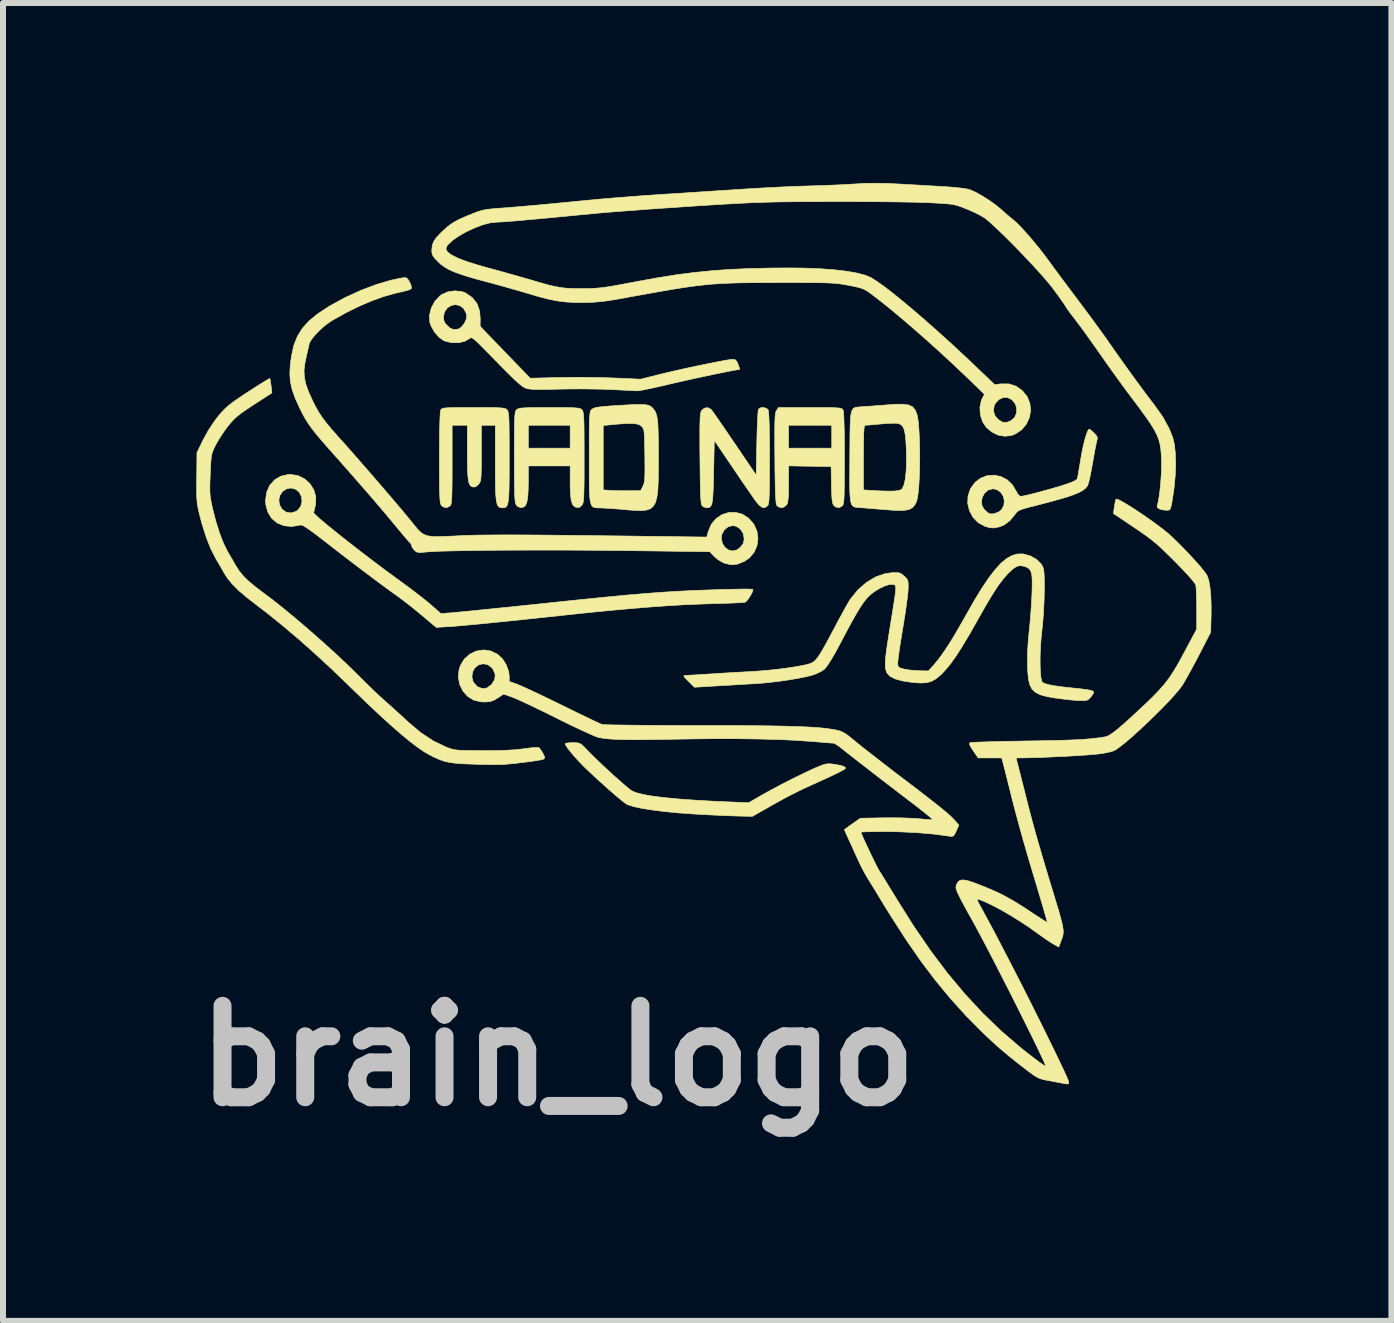
<source format=kicad_pcb>
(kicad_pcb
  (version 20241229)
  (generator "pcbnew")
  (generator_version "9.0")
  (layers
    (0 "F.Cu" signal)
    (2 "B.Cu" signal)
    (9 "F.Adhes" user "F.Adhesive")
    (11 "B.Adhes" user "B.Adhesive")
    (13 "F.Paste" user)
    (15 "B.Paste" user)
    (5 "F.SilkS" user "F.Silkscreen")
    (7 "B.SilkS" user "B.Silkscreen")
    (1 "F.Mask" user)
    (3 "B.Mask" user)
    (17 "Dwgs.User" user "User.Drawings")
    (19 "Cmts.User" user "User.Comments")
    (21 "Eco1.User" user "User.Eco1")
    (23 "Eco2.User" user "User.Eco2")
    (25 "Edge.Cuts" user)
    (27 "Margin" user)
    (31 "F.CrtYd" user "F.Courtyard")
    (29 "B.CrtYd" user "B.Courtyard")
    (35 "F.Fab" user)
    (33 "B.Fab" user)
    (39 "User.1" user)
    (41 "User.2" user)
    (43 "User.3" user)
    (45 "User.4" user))
  (footprint "brain_logo"
    (layer "F.Cu")
    (at 8.573 7.279)
    (property "Reference" "brain_logo" (at -2.325 7.275 0) (layer "Dwgs.User") (effects (font (size 1.524 1.524) (thickness 0.3))))
    (attr through_hole)
    (fp_poly (pts (xy 2.047 -3.535) (xy 2.173 -3.534) (xy 2.267 -3.532) (xy 2.334 -3.529) (xy 2.378 -3.525) (xy 2.406 -3.518) (xy 2.423 -3.508) (xy 2.432 -3.496) (xy 2.433 -3.494) (xy 2.44 -3.46) (xy 2.445 -3.386) (xy 2.449 -3.274) (xy 2.453 -3.125) (xy 2.455 -2.941) (xy 2.455 -2.724) (xy 2.455 -2.691) (xy 2.455 -2.488) (xy 2.454 -2.324) (xy 2.453 -2.193) (xy 2.451 -2.093) (xy 2.448 -2.018) (xy 2.443 -1.965) (xy 2.438 -1.93) (xy 2.43 -1.908) (xy 2.422 -1.896) (xy 2.367 -1.865) (xy 2.31 -1.876) (xy 2.279 -1.901) (xy 2.265 -1.924) (xy 2.255 -1.963) (xy 2.247 -2.023) (xy 2.243 -2.112) (xy 2.239 -2.236) (xy 2.239 -2.245) (xy 2.233 -2.551) (xy 1.879 -2.556) (xy 1.524 -2.562) (xy 1.524 -2.259) (xy 1.523 -2.132) (xy 1.52 -2.039) (xy 1.513 -1.976) (xy 1.503 -1.934) (xy 1.491 -1.91) (xy 1.443 -1.872) (xy 1.386 -1.866) (xy 1.335 -1.893) (xy 1.331 -1.898) (xy 1.323 -1.915) (xy 1.316 -1.949) (xy 1.311 -2.003) (xy 1.306 -2.082) (xy 1.303 -2.188) (xy 1.3 -2.325) (xy 1.297 -2.498) (xy 1.296 -2.683) (xy 1.294 -2.885) (xy 1.294 -3.049) (xy 1.294 -3.179) (xy 1.295 -3.239) (xy 1.524 -3.239) (xy 1.524 -2.857) (xy 2.244 -2.857) (xy 2.244 -3.239) (xy 1.524 -3.239) (xy 1.295 -3.239) (xy 1.296 -3.279) (xy 1.298 -3.354) (xy 1.302 -3.408) (xy 1.308 -3.446) (xy 1.315 -3.471) (xy 1.323 -3.484) (xy 1.356 -3.535) (xy 1.884 -3.535) (xy 2.047 -3.535)) (stroke (width 0.01) (type solid)) (fill yes) (layer "F.SilkS"))
    (fp_poly (pts (xy 1.162 -3.517) (xy 1.185 -3.494) (xy 1.191 -3.46) (xy 1.196 -3.386) (xy 1.201 -3.274) (xy 1.204 -3.125) (xy 1.206 -2.941) (xy 1.206 -2.724) (xy 1.206 -2.691) (xy 1.206 -2.488) (xy 1.206 -2.324) (xy 1.204 -2.193) (xy 1.202 -2.093) (xy 1.199 -2.018) (xy 1.195 -1.965) (xy 1.189 -1.93) (xy 1.182 -1.908) (xy 1.173 -1.896) (xy 1.128 -1.866) (xy 1.081 -1.871) (xy 1.028 -1.913) (xy 0.978 -1.974) (xy 0.944 -2.022) (xy 0.89 -2.1) (xy 0.821 -2.2) (xy 0.741 -2.316) (xy 0.656 -2.442) (xy 0.591 -2.537) (xy 0.286 -2.988) (xy 0.275 -2.46) (xy 0.271 -2.286) (xy 0.267 -2.149) (xy 0.261 -2.045) (xy 0.253 -1.969) (xy 0.241 -1.918) (xy 0.226 -1.887) (xy 0.205 -1.87) (xy 0.179 -1.863) (xy 0.159 -1.863) (xy 0.107 -1.877) (xy 0.082 -1.898) (xy 0.074 -1.915) (xy 0.067 -1.949) (xy 0.062 -2.003) (xy 0.057 -2.082) (xy 0.054 -2.188) (xy 0.051 -2.325) (xy 0.049 -2.498) (xy 0.047 -2.683) (xy 0.045 -2.885) (xy 0.045 -3.049) (xy 0.045 -3.179) (xy 0.047 -3.279) (xy 0.049 -3.354) (xy 0.054 -3.408) (xy 0.059 -3.446) (xy 0.067 -3.471) (xy 0.074 -3.484) (xy 0.122 -3.525) (xy 0.179 -3.532) (xy 0.233 -3.503) (xy 0.237 -3.498) (xy 0.257 -3.471) (xy 0.297 -3.415) (xy 0.354 -3.332) (xy 0.426 -3.229) (xy 0.508 -3.109) (xy 0.597 -2.977) (xy 0.627 -2.934) (xy 0.984 -2.408) (xy 0.995 -2.945) (xy 0.998 -3.092) (xy 1.003 -3.226) (xy 1.008 -3.341) (xy 1.013 -3.431) (xy 1.018 -3.488) (xy 1.023 -3.508) (xy 1.059 -3.531) (xy 1.112 -3.534) (xy 1.162 -3.517)) (stroke (width 0.01) (type solid)) (fill yes) (layer "F.SilkS"))
    (fp_poly (pts (xy -2.301 -3.535) (xy -2.178 -3.534) (xy -2.086 -3.532) (xy -2.02 -3.528) (xy -1.975 -3.523) (xy -1.947 -3.515) (xy -1.928 -3.505) (xy -1.919 -3.496) (xy -1.91 -3.482) (xy -1.902 -3.46) (xy -1.896 -3.426) (xy -1.892 -3.375) (xy -1.888 -3.304) (xy -1.886 -3.208) (xy -1.885 -3.082) (xy -1.884 -2.924) (xy -1.884 -2.727) (xy -1.884 -2.705) (xy -1.884 -2.505) (xy -1.884 -2.344) (xy -1.886 -2.216) (xy -1.888 -2.117) (xy -1.891 -2.044) (xy -1.895 -1.991) (xy -1.9 -1.954) (xy -1.908 -1.929) (xy -1.917 -1.912) (xy -1.923 -1.904) (xy -1.964 -1.87) (xy -2.014 -1.87) (xy -2.016 -1.87) (xy -2.053 -1.888) (xy -2.08 -1.924) (xy -2.099 -1.983) (xy -2.11 -2.071) (xy -2.116 -2.193) (xy -2.117 -2.289) (xy -2.117 -2.561) (xy -2.815 -2.561) (xy -2.815 -2.287) (xy -2.818 -2.139) (xy -2.826 -2.028) (xy -2.841 -1.95) (xy -2.863 -1.901) (xy -2.885 -1.879) (xy -2.943 -1.864) (xy -2.996 -1.888) (xy -3.015 -1.91) (xy -3.024 -1.927) (xy -3.031 -1.955) (xy -3.037 -1.996) (xy -3.041 -2.056) (xy -3.044 -2.138) (xy -3.046 -2.247) (xy -3.047 -2.387) (xy -3.048 -2.562) (xy -3.048 -2.711) (xy -3.048 -2.91) (xy -3.047 -3.071) (xy -3.046 -3.199) (xy -3.046 -3.239) (xy -2.815 -3.239) (xy -2.815 -2.857) (xy -2.117 -2.857) (xy -2.117 -3.239) (xy -2.815 -3.239) (xy -3.046 -3.239) (xy -3.044 -3.297) (xy -3.042 -3.369) (xy -3.037 -3.421) (xy -3.032 -3.456) (xy -3.025 -3.479) (xy -3.016 -3.493) (xy -3.009 -3.5) (xy -2.992 -3.511) (xy -2.966 -3.52) (xy -2.925 -3.526) (xy -2.865 -3.53) (xy -2.779 -3.533) (xy -2.663 -3.534) (xy -2.511 -3.535) (xy -2.462 -3.535) (xy -2.301 -3.535)) (stroke (width 0.01) (type solid)) (fill yes) (layer "F.SilkS"))
    (fp_poly (pts (xy -2.011 2.054) (xy -1.967 2.062) (xy -1.929 2.082) (xy -1.886 2.122) (xy -1.837 2.173) (xy -1.772 2.24) (xy -1.687 2.323) (xy -1.59 2.416) (xy -1.486 2.513) (xy -1.382 2.608) (xy -1.284 2.695) (xy -1.199 2.77) (xy -1.132 2.825) (xy -1.096 2.852) (xy -1.024 2.885) (xy -0.91 2.915) (xy -0.753 2.943) (xy -0.555 2.968) (xy -0.315 2.991) (xy -0.032 3.012) (xy 0.293 3.03) (xy 0.52 3.04) (xy 0.86 3.054) (xy 1.081 2.926) (xy 1.232 2.842) (xy 1.403 2.751) (xy 1.581 2.66) (xy 1.754 2.575) (xy 1.91 2.501) (xy 1.994 2.464) (xy 2.078 2.43) (xy 2.138 2.411) (xy 2.19 2.404) (xy 2.248 2.408) (xy 2.279 2.413) (xy 2.379 2.43) (xy 2.44 2.447) (xy 2.469 2.466) (xy 2.47 2.484) (xy 2.449 2.5) (xy 2.396 2.53) (xy 2.315 2.57) (xy 2.214 2.619) (xy 2.099 2.672) (xy 2.083 2.679) (xy 1.919 2.753) (xy 1.784 2.815) (xy 1.67 2.87) (xy 1.566 2.922) (xy 1.463 2.976) (xy 1.352 3.037) (xy 1.224 3.109) (xy 1.186 3.131) (xy 0.921 3.281) (xy 0.752 3.278) (xy 0.672 3.276) (xy 0.561 3.272) (xy 0.431 3.267) (xy 0.294 3.261) (xy 0.212 3.257) (xy -0.058 3.242) (xy -0.308 3.224) (xy -0.536 3.202) (xy -0.736 3.177) (xy -0.907 3.151) (xy -1.044 3.122) (xy -1.144 3.092) (xy -1.169 3.081) (xy -1.207 3.056) (xy -1.269 3.007) (xy -1.351 2.939) (xy -1.447 2.856) (xy -1.552 2.763) (xy -1.659 2.666) (xy -1.764 2.569) (xy -1.861 2.477) (xy -1.918 2.42) (xy -1.987 2.348) (xy -2.056 2.271) (xy -2.118 2.197) (xy -2.166 2.134) (xy -2.195 2.088) (xy -2.201 2.072) (xy -2.182 2.062) (xy -2.132 2.055) (xy -2.076 2.053) (xy -2.011 2.054)) (stroke (width 0.01) (type solid)) (fill yes) (layer "F.SilkS"))
    (fp_poly (pts (xy -0.911 -3.585) (xy -0.853 -3.58) (xy -0.811 -3.571) (xy -0.78 -3.558) (xy -0.756 -3.539) (xy -0.753 -3.536) (xy -0.724 -3.505) (xy -0.7 -3.47) (xy -0.682 -3.426) (xy -0.668 -3.368) (xy -0.658 -3.291) (xy -0.652 -3.191) (xy -0.648 -3.063) (xy -0.646 -2.901) (xy -0.646 -2.709) (xy -0.646 -2.487) (xy -0.649 -2.304) (xy -0.656 -2.156) (xy -0.671 -2.04) (xy -0.695 -1.952) (xy -0.73 -1.89) (xy -0.779 -1.848) (xy -0.844 -1.825) (xy -0.928 -1.816) (xy -1.032 -1.819) (xy -1.159 -1.828) (xy -1.217 -1.834) (xy -1.334 -1.844) (xy -1.447 -1.852) (xy -1.545 -1.858) (xy -1.613 -1.861) (xy -1.659 -1.861) (xy -1.697 -1.864) (xy -1.728 -1.873) (xy -1.752 -1.891) (xy -1.769 -1.924) (xy -1.782 -1.974) (xy -1.791 -2.045) (xy -1.796 -2.142) (xy -1.798 -2.268) (xy -1.799 -2.427) (xy -1.799 -2.623) (xy -1.799 -2.711) (xy -1.799 -2.909) (xy -1.799 -3.07) (xy -1.798 -3.197) (xy -1.797 -3.235) (xy -1.566 -3.235) (xy -1.566 -2.161) (xy -1.455 -2.153) (xy -1.382 -2.15) (xy -1.284 -2.147) (xy -1.179 -2.147) (xy -1.143 -2.147) (xy -0.942 -2.148) (xy -0.904 -2.223) (xy -0.891 -2.252) (xy -0.882 -2.287) (xy -0.875 -2.334) (xy -0.872 -2.4) (xy -0.87 -2.49) (xy -0.871 -2.611) (xy -0.872 -2.735) (xy -0.875 -2.882) (xy -0.877 -2.993) (xy -0.88 -3.074) (xy -0.885 -3.13) (xy -0.892 -3.167) (xy -0.903 -3.192) (xy -0.916 -3.211) (xy -0.927 -3.222) (xy -0.96 -3.246) (xy -1.008 -3.261) (xy -1.077 -3.268) (xy -1.171 -3.268) (xy -1.297 -3.26) (xy -1.402 -3.251) (xy -1.566 -3.235) (xy -1.797 -3.235) (xy -1.796 -3.294) (xy -1.793 -3.367) (xy -1.789 -3.418) (xy -1.784 -3.454) (xy -1.777 -3.477) (xy -1.768 -3.492) (xy -1.756 -3.504) (xy -1.756 -3.504) (xy -1.73 -3.521) (xy -1.691 -3.534) (xy -1.631 -3.544) (xy -1.543 -3.553) (xy -1.419 -3.563) (xy -1.412 -3.563) (xy -1.236 -3.574) (xy -1.098 -3.582) (xy -0.991 -3.585) (xy -0.911 -3.585)) (stroke (width 0.01) (type solid)) (fill yes) (layer "F.SilkS"))
    (fp_poly (pts (xy 3.525 -3.577) (xy 3.591 -3.546) (xy 3.636 -3.493) (xy 3.667 -3.413) (xy 3.686 -3.303) (xy 3.698 -3.158) (xy 3.704 -3.037) (xy 3.71 -2.871) (xy 3.711 -2.701) (xy 3.709 -2.533) (xy 3.704 -2.374) (xy 3.696 -2.231) (xy 3.685 -2.11) (xy 3.671 -2.02) (xy 3.658 -1.968) (xy 3.629 -1.911) (xy 3.593 -1.869) (xy 3.545 -1.84) (xy 3.48 -1.824) (xy 3.39 -1.818) (xy 3.27 -1.822) (xy 3.114 -1.834) (xy 3.111 -1.834) (xy 2.992 -1.844) (xy 2.878 -1.853) (xy 2.78 -1.861) (xy 2.711 -1.866) (xy 2.699 -1.867) (xy 2.659 -1.869) (xy 2.627 -1.875) (xy 2.601 -1.887) (xy 2.58 -1.909) (xy 2.565 -1.945) (xy 2.555 -2) (xy 2.548 -2.077) (xy 2.544 -2.18) (xy 2.543 -2.313) (xy 2.544 -2.479) (xy 2.545 -2.684) (xy 2.545 -2.7) (xy 2.773 -2.7) (xy 2.773 -2.161) (xy 2.895 -2.153) (xy 3.061 -2.144) (xy 3.19 -2.141) (xy 3.286 -2.142) (xy 3.353 -2.15) (xy 3.396 -2.163) (xy 3.416 -2.178) (xy 3.446 -2.235) (xy 3.468 -2.33) (xy 3.483 -2.459) (xy 3.49 -2.619) (xy 3.488 -2.807) (xy 3.488 -2.815) (xy 3.481 -2.965) (xy 3.47 -3.079) (xy 3.454 -3.16) (xy 3.43 -3.216) (xy 3.397 -3.25) (xy 3.354 -3.268) (xy 3.349 -3.269) (xy 3.303 -3.273) (xy 3.227 -3.272) (xy 3.133 -3.267) (xy 3.057 -3.26) (xy 2.961 -3.252) (xy 2.879 -3.244) (xy 2.821 -3.24) (xy 2.799 -3.239) (xy 2.791 -3.229) (xy 2.784 -3.198) (xy 2.779 -3.143) (xy 2.776 -3.058) (xy 2.774 -2.94) (xy 2.773 -2.785) (xy 2.773 -2.7) (xy 2.545 -2.7) (xy 2.545 -2.724) (xy 2.547 -2.931) (xy 2.548 -3.099) (xy 2.551 -3.233) (xy 2.555 -3.336) (xy 2.563 -3.413) (xy 2.575 -3.468) (xy 2.592 -3.504) (xy 2.614 -3.526) (xy 2.644 -3.538) (xy 2.681 -3.543) (xy 2.727 -3.546) (xy 2.744 -3.547) (xy 2.812 -3.552) (xy 2.91 -3.559) (xy 3.026 -3.568) (xy 3.147 -3.577) (xy 3.166 -3.579) (xy 3.317 -3.589) (xy 3.435 -3.589) (xy 3.525 -3.577)) (stroke (width 0.01) (type solid)) (fill yes) (layer "F.SilkS"))
    (fp_poly (pts (xy 6.558 -3.162) (xy 6.597 -3.128) (xy 6.617 -3.109) (xy 6.66 -3.062) (xy 6.674 -3.026) (xy 6.667 -2.994) (xy 6.658 -2.958) (xy 6.643 -2.887) (xy 6.625 -2.792) (xy 6.605 -2.68) (xy 6.593 -2.611) (xy 6.572 -2.493) (xy 6.551 -2.387) (xy 6.531 -2.302) (xy 6.514 -2.245) (xy 6.507 -2.228) (xy 6.475 -2.19) (xy 6.43 -2.154) (xy 6.365 -2.118) (xy 6.279 -2.082) (xy 6.166 -2.043) (xy 6.022 -2.001) (xy 5.844 -1.952) (xy 5.705 -1.916) (xy 5.575 -1.883) (xy 5.48 -1.858) (xy 5.413 -1.837) (xy 5.368 -1.819) (xy 5.338 -1.8) (xy 5.318 -1.779) (xy 5.299 -1.752) (xy 5.218 -1.653) (xy 5.121 -1.579) (xy 5.042 -1.546) (xy 4.957 -1.528) (xy 4.885 -1.53) (xy 4.802 -1.553) (xy 4.797 -1.555) (xy 4.686 -1.615) (xy 4.599 -1.704) (xy 4.54 -1.814) (xy 4.511 -1.935) (xy 4.512 -1.968) (xy 4.741 -1.968) (xy 4.75 -1.898) (xy 4.781 -1.843) (xy 4.806 -1.816) (xy 4.854 -1.775) (xy 4.896 -1.76) (xy 4.949 -1.764) (xy 5.025 -1.792) (xy 5.075 -1.831) (xy 5.114 -1.904) (xy 5.121 -1.984) (xy 5.101 -2.062) (xy 5.056 -2.127) (xy 4.991 -2.169) (xy 4.932 -2.18) (xy 4.855 -2.161) (xy 4.792 -2.109) (xy 4.752 -2.034) (xy 4.741 -1.968) (xy 4.512 -1.968) (xy 4.516 -2.06) (xy 4.557 -2.181) (xy 4.558 -2.182) (xy 4.634 -2.287) (xy 4.73 -2.359) (xy 4.838 -2.399) (xy 4.952 -2.407) (xy 5.065 -2.384) (xy 5.169 -2.33) (xy 5.257 -2.244) (xy 5.316 -2.145) (xy 5.351 -2.084) (xy 5.385 -2.055) (xy 5.393 -2.053) (xy 5.432 -2.059) (xy 5.504 -2.075) (xy 5.6 -2.098) (xy 5.713 -2.128) (xy 5.834 -2.161) (xy 5.955 -2.195) (xy 6.069 -2.229) (xy 6.122 -2.246) (xy 6.231 -2.284) (xy 6.303 -2.316) (xy 6.336 -2.343) (xy 6.338 -2.346) (xy 6.345 -2.379) (xy 6.357 -2.445) (xy 6.372 -2.536) (xy 6.39 -2.641) (xy 6.394 -2.667) (xy 6.417 -2.798) (xy 6.443 -2.919) (xy 6.47 -3.024) (xy 6.496 -3.106) (xy 6.519 -3.158) (xy 6.536 -3.175) (xy 6.558 -3.162)) (stroke (width 0.01) (type solid)) (fill yes) (layer "F.SilkS"))
    (fp_poly (pts (xy -3.564 -3.535) (xy -3.438 -3.534) (xy -3.343 -3.532) (xy -3.275 -3.529) (xy -3.229 -3.523) (xy -3.198 -3.516) (xy -3.179 -3.507) (xy -3.168 -3.496) (xy -3.158 -3.482) (xy -3.151 -3.46) (xy -3.145 -3.426) (xy -3.14 -3.375) (xy -3.137 -3.304) (xy -3.135 -3.207) (xy -3.134 -3.082) (xy -3.133 -2.923) (xy -3.133 -2.726) (xy -3.133 -2.707) (xy -3.133 -2.496) (xy -3.134 -2.323) (xy -3.136 -2.185) (xy -3.14 -2.078) (xy -3.146 -1.997) (xy -3.156 -1.94) (xy -3.168 -1.902) (xy -3.185 -1.879) (xy -3.206 -1.867) (xy -3.232 -1.863) (xy -3.25 -1.863) (xy -3.28 -1.866) (xy -3.305 -1.877) (xy -3.325 -1.9) (xy -3.339 -1.941) (xy -3.35 -2.001) (xy -3.358 -2.087) (xy -3.362 -2.201) (xy -3.365 -2.347) (xy -3.365 -2.53) (xy -3.365 -2.613) (xy -3.365 -3.239) (xy -3.598 -3.239) (xy -3.598 -2.774) (xy -3.598 -2.622) (xy -3.599 -2.507) (xy -3.601 -2.422) (xy -3.605 -2.362) (xy -3.611 -2.321) (xy -3.62 -2.292) (xy -3.632 -2.271) (xy -3.647 -2.253) (xy -3.693 -2.213) (xy -3.735 -2.209) (xy -3.739 -2.21) (xy -3.768 -2.223) (xy -3.79 -2.246) (xy -3.806 -2.285) (xy -3.817 -2.343) (xy -3.825 -2.426) (xy -3.829 -2.539) (xy -3.831 -2.686) (xy -3.831 -2.784) (xy -3.831 -3.239) (xy -4.085 -3.239) (xy -4.085 -2.584) (xy -4.085 -2.397) (xy -4.086 -2.248) (xy -4.088 -2.132) (xy -4.091 -2.045) (xy -4.095 -1.983) (xy -4.1 -1.941) (xy -4.107 -1.914) (xy -4.116 -1.898) (xy -4.118 -1.896) (xy -4.173 -1.865) (xy -4.23 -1.876) (xy -4.262 -1.901) (xy -4.271 -1.915) (xy -4.279 -1.937) (xy -4.285 -1.971) (xy -4.289 -2.022) (xy -4.292 -2.093) (xy -4.295 -2.189) (xy -4.296 -2.314) (xy -4.297 -2.473) (xy -4.297 -2.669) (xy -4.297 -2.697) (xy -4.296 -2.917) (xy -4.294 -3.104) (xy -4.291 -3.258) (xy -4.287 -3.375) (xy -4.282 -3.453) (xy -4.276 -3.492) (xy -4.275 -3.494) (xy -4.266 -3.507) (xy -4.251 -3.516) (xy -4.226 -3.524) (xy -4.184 -3.529) (xy -4.121 -3.532) (xy -4.032 -3.534) (xy -3.912 -3.535) (xy -3.755 -3.535) (xy -3.728 -3.535) (xy -3.564 -3.535)) (stroke (width 0.01) (type solid)) (fill yes) (layer "F.SilkS"))
    (fp_poly (pts (xy -3.927 -5.469) (xy -3.861 -5.444) (xy -3.748 -5.366) (xy -3.67 -5.267) (xy -3.627 -5.143) (xy -3.617 -5.024) (xy -3.618 -4.888) (xy -3.201 -4.455) (xy -2.783 -4.023) (xy -2.307 -4.035) (xy -2.131 -4.037) (xy -1.933 -4.038) (xy -1.73 -4.036) (xy -1.538 -4.032) (xy -1.387 -4.027) (xy -0.942 -4.007) (xy -0.619 -4.088) (xy -0.496 -4.118) (xy -0.357 -4.15) (xy -0.206 -4.184) (xy -0.052 -4.217) (xy 0.101 -4.249) (xy 0.244 -4.278) (xy 0.371 -4.303) (xy 0.477 -4.323) (xy 0.554 -4.335) (xy 0.595 -4.339) (xy 0.635 -4.331) (xy 0.663 -4.299) (xy 0.683 -4.255) (xy 0.701 -4.203) (xy 0.708 -4.173) (xy 0.706 -4.17) (xy 0.672 -4.165) (xy 0.603 -4.153) (xy 0.506 -4.134) (xy 0.386 -4.11) (xy 0.25 -4.082) (xy 0.105 -4.051) (xy -0.044 -4.019) (xy -0.189 -3.987) (xy -0.325 -3.956) (xy -0.446 -3.929) (xy -0.505 -3.914) (xy -0.639 -3.883) (xy -0.762 -3.856) (xy -0.867 -3.834) (xy -0.948 -3.819) (xy -0.997 -3.813) (xy -1.003 -3.813) (xy -1.045 -3.815) (xy -1.122 -3.819) (xy -1.224 -3.824) (xy -1.342 -3.83) (xy -1.439 -3.835) (xy -1.578 -3.84) (xy -1.746 -3.843) (xy -1.928 -3.845) (xy -2.112 -3.844) (xy -2.284 -3.842) (xy -2.299 -3.841) (xy -2.461 -3.838) (xy -2.587 -3.836) (xy -2.682 -3.836) (xy -2.753 -3.839) (xy -2.805 -3.845) (xy -2.844 -3.853) (xy -2.87 -3.862) (xy -2.911 -3.886) (xy -2.969 -3.933) (xy -3.049 -4.005) (xy -3.151 -4.104) (xy -3.278 -4.232) (xy -3.352 -4.309) (xy -3.472 -4.432) (xy -3.566 -4.528) (xy -3.637 -4.599) (xy -3.69 -4.648) (xy -3.728 -4.679) (xy -3.754 -4.695) (xy -3.772 -4.698) (xy -3.785 -4.692) (xy -3.786 -4.691) (xy -3.87 -4.641) (xy -3.975 -4.615) (xy -4.09 -4.615) (xy -4.199 -4.641) (xy -4.233 -4.656) (xy -4.31 -4.713) (xy -4.381 -4.797) (xy -4.435 -4.893) (xy -4.457 -4.957) (xy -4.459 -5) (xy -4.228 -5) (xy -4.206 -4.946) (xy -4.19 -4.925) (xy -4.122 -4.859) (xy -4.053 -4.833) (xy -3.975 -4.845) (xy -3.971 -4.846) (xy -3.928 -4.878) (xy -3.885 -4.933) (xy -3.873 -4.954) (xy -3.846 -5.015) (xy -3.841 -5.062) (xy -3.853 -5.113) (xy -3.896 -5.189) (xy -3.957 -5.234) (xy -4.029 -5.25) (xy -4.1 -5.237) (xy -4.164 -5.197) (xy -4.21 -5.131) (xy -4.226 -5.069) (xy -4.228 -5) (xy -4.459 -5) (xy -4.462 -5.075) (xy -4.432 -5.195) (xy -4.372 -5.306) (xy -4.287 -5.397) (xy -4.258 -5.418) (xy -4.157 -5.463) (xy -4.041 -5.48) (xy -3.927 -5.469)) (stroke (width 0.01) (type solid)) (fill yes) (layer "F.SilkS"))
    (fp_poly (pts (xy -6.657 -2.4) (xy -6.547 -2.346) (xy -6.457 -2.266) (xy -6.392 -2.164) (xy -6.358 -2.048) (xy -6.361 -1.924) (xy -6.364 -1.909) (xy -6.379 -1.844) (xy -6.391 -1.794) (xy -6.394 -1.781) (xy -6.38 -1.761) (xy -6.336 -1.719) (xy -6.265 -1.657) (xy -6.171 -1.578) (xy -6.058 -1.486) (xy -5.93 -1.383) (xy -5.79 -1.273) (xy -5.641 -1.157) (xy -5.488 -1.04) (xy -5.334 -0.923) (xy -5.183 -0.81) (xy -5.039 -0.704) (xy -4.981 -0.662) (xy -4.859 -0.573) (xy -4.735 -0.481) (xy -4.619 -0.391) (xy -4.52 -0.313) (xy -4.448 -0.253) (xy -4.272 -0.1) (xy -4.078 -0.114) (xy -4.019 -0.12) (xy -3.922 -0.129) (xy -3.793 -0.141) (xy -3.637 -0.157) (xy -3.459 -0.175) (xy -3.262 -0.195) (xy -3.053 -0.216) (xy -2.837 -0.239) (xy -2.794 -0.243) (xy -2.481 -0.276) (xy -2.206 -0.305) (xy -1.965 -0.33) (xy -1.753 -0.351) (xy -1.565 -0.37) (xy -1.398 -0.386) (xy -1.247 -0.401) (xy -1.108 -0.413) (xy -0.976 -0.424) (xy -0.847 -0.435) (xy -0.717 -0.445) (xy -0.585 -0.455) (xy -0.454 -0.463) (xy -0.306 -0.472) (xy -0.146 -0.48) (xy 0.02 -0.487) (xy 0.187 -0.493) (xy 0.349 -0.499) (xy 0.502 -0.503) (xy 0.639 -0.506) (xy 0.756 -0.508) (xy 0.847 -0.508) (xy 0.908 -0.506) (xy 0.931 -0.502) (xy 0.931 -0.501) (xy 0.92 -0.459) (xy 0.891 -0.402) (xy 0.854 -0.345) (xy 0.818 -0.302) (xy 0.794 -0.286) (xy 0.761 -0.283) (xy 0.693 -0.28) (xy 0.595 -0.275) (xy 0.476 -0.271) (xy 0.341 -0.267) (xy 0.286 -0.266) (xy 0.034 -0.257) (xy -0.223 -0.246) (xy -0.491 -0.23) (xy -0.775 -0.21) (xy -1.079 -0.185) (xy -1.41 -0.155) (xy -1.771 -0.12) (xy -2.168 -0.078) (xy -2.223 -0.072) (xy -2.589 -0.033) (xy -2.914 0.001) (xy -3.2 0.031) (xy -3.448 0.056) (xy -3.659 0.077) (xy -3.834 0.093) (xy -3.975 0.106) (xy -4.082 0.114) (xy -4.128 0.117) (xy -4.35 0.131) (xy -4.593 -0.074) (xy -4.696 -0.159) (xy -4.806 -0.247) (xy -4.909 -0.326) (xy -4.994 -0.39) (xy -5.006 -0.398) (xy -5.118 -0.478) (xy -5.257 -0.58) (xy -5.418 -0.7) (xy -5.595 -0.833) (xy -5.782 -0.975) (xy -5.973 -1.122) (xy -6.162 -1.269) (xy -6.202 -1.3) (xy -6.332 -1.4) (xy -6.432 -1.475) (xy -6.508 -1.528) (xy -6.561 -1.561) (xy -6.597 -1.576) (xy -6.615 -1.576) (xy -6.758 -1.551) (xy -6.888 -1.564) (xy -7.001 -1.61) (xy -7.093 -1.687) (xy -7.158 -1.791) (xy -7.192 -1.919) (xy -7.196 -1.985) (xy -7.195 -1.992) (xy -6.974 -1.992) (xy -6.963 -1.913) (xy -6.919 -1.837) (xy -6.852 -1.79) (xy -6.773 -1.777) (xy -6.692 -1.801) (xy -6.661 -1.821) (xy -6.609 -1.886) (xy -6.588 -1.966) (xy -6.597 -2.049) (xy -6.634 -2.123) (xy -6.693 -2.172) (xy -6.773 -2.193) (xy -6.848 -2.179) (xy -6.911 -2.136) (xy -6.956 -2.071) (xy -6.974 -1.992) (xy -7.195 -1.992) (xy -7.178 -2.12) (xy -7.127 -2.236) (xy -7.046 -2.327) (xy -6.941 -2.39) (xy -6.816 -2.418) (xy -6.782 -2.419) (xy -6.657 -2.4)) (stroke (width 0.01) (type solid)) (fill yes) (layer "F.SilkS"))
    (fp_poly (pts (xy -7.124 -4.019) (xy -7.118 -3.995) (xy -7.11 -3.943) (xy -7.103 -3.895) (xy -7.09 -3.778) (xy -7.392 -3.583) (xy -7.51 -3.505) (xy -7.599 -3.443) (xy -7.668 -3.389) (xy -7.724 -3.338) (xy -7.776 -3.281) (xy -7.824 -3.223) (xy -7.892 -3.13) (xy -7.96 -3.028) (xy -8.015 -2.934) (xy -8.029 -2.908) (xy -8.057 -2.85) (xy -8.078 -2.802) (xy -8.092 -2.754) (xy -8.102 -2.698) (xy -8.108 -2.624) (xy -8.114 -2.523) (xy -8.118 -2.421) (xy -8.123 -2.29) (xy -8.125 -2.19) (xy -8.123 -2.109) (xy -8.116 -2.037) (xy -8.103 -1.962) (xy -8.084 -1.873) (xy -8.078 -1.847) (xy -8.023 -1.632) (xy -7.961 -1.436) (xy -7.895 -1.267) (xy -7.828 -1.132) (xy -7.823 -1.124) (xy -7.774 -1.04) (xy -7.722 -0.951) (xy -7.694 -0.901) (xy -7.635 -0.809) (xy -7.562 -0.721) (xy -7.471 -0.632) (xy -7.353 -0.535) (xy -7.219 -0.434) (xy -7.084 -0.333) (xy -6.926 -0.208) (xy -6.751 -0.064) (xy -6.565 0.093) (xy -6.376 0.257) (xy -6.188 0.424) (xy -6.01 0.586) (xy -5.846 0.74) (xy -5.705 0.878) (xy -5.704 0.879) (xy -5.594 0.988) (xy -5.483 1.098) (xy -5.376 1.2) (xy -5.283 1.288) (xy -5.21 1.354) (xy -5.196 1.366) (xy -5.108 1.444) (xy -5.005 1.537) (xy -4.9 1.633) (xy -4.834 1.695) (xy -4.613 1.883) (xy -4.393 2.028) (xy -4.18 2.129) (xy -4.13 2.147) (xy -4.085 2.161) (xy -4.039 2.171) (xy -3.983 2.178) (xy -3.912 2.182) (xy -3.818 2.184) (xy -3.695 2.185) (xy -3.567 2.186) (xy -3.349 2.185) (xy -3.168 2.179) (xy -3.018 2.17) (xy -2.892 2.155) (xy -2.879 2.153) (xy -2.771 2.139) (xy -2.69 2.133) (xy -2.642 2.135) (xy -2.634 2.139) (xy -2.609 2.169) (xy -2.578 2.22) (xy -2.57 2.234) (xy -2.546 2.284) (xy -2.544 2.312) (xy -2.559 2.327) (xy -2.591 2.336) (xy -2.656 2.348) (xy -2.745 2.362) (xy -2.851 2.376) (xy -2.965 2.39) (xy -3.077 2.403) (xy -3.179 2.412) (xy -3.26 2.418) (xy -3.32 2.419) (xy -3.413 2.419) (xy -3.528 2.417) (xy -3.656 2.414) (xy -3.747 2.411) (xy -3.903 2.405) (xy -4.026 2.396) (xy -4.126 2.383) (xy -4.213 2.363) (xy -4.296 2.334) (xy -4.385 2.295) (xy -4.456 2.259) (xy -4.552 2.204) (xy -4.663 2.128) (xy -4.792 2.03) (xy -4.939 1.908) (xy -5.107 1.761) (xy -5.297 1.588) (xy -5.511 1.387) (xy -5.75 1.156) (xy -5.874 1.035) (xy -6.123 0.797) (xy -6.382 0.559) (xy -6.643 0.327) (xy -6.9 0.11) (xy -7.144 -0.088) (xy -7.334 -0.234) (xy -7.504 -0.365) (xy -7.641 -0.482) (xy -7.748 -0.589) (xy -7.831 -0.69) (xy -7.884 -0.773) (xy -7.925 -0.846) (xy -7.978 -0.936) (xy -8.029 -1.023) (xy -8.029 -1.024) (xy -8.111 -1.185) (xy -8.187 -1.379) (xy -8.259 -1.609) (xy -8.292 -1.735) (xy -8.312 -1.816) (xy -8.326 -1.885) (xy -8.336 -1.952) (xy -8.342 -2.026) (xy -8.344 -2.115) (xy -8.345 -2.229) (xy -8.343 -2.371) (xy -8.339 -2.783) (xy -8.236 -2.995) (xy -8.149 -3.153) (xy -8.046 -3.309) (xy -7.988 -3.385) (xy -7.933 -3.45) (xy -7.883 -3.504) (xy -7.829 -3.554) (xy -7.766 -3.605) (xy -7.685 -3.663) (xy -7.581 -3.734) (xy -7.487 -3.795) (xy -7.379 -3.865) (xy -7.283 -3.926) (xy -7.205 -3.974) (xy -7.151 -4.006) (xy -7.126 -4.019) (xy -7.124 -4.019)) (stroke (width 0.01) (type solid)) (fill yes) (layer "F.SilkS"))
    (fp_poly (pts (xy -4.852 -5.698) (xy -4.828 -5.68) (xy -4.803 -5.643) (xy -4.803 -5.643) (xy -4.776 -5.589) (xy -4.763 -5.545) (xy -4.763 -5.542) (xy -4.764 -5.525) (xy -4.772 -5.512) (xy -4.793 -5.5) (xy -4.834 -5.487) (xy -4.901 -5.47) (xy -5.002 -5.447) (xy -5.038 -5.439) (xy -5.222 -5.387) (xy -5.427 -5.313) (xy -5.642 -5.221) (xy -5.855 -5.116) (xy -6.055 -5.004) (xy -6.11 -4.971) (xy -6.198 -4.908) (xy -6.285 -4.832) (xy -6.363 -4.753) (xy -6.424 -4.678) (xy -6.462 -4.616) (xy -6.468 -4.597) (xy -6.479 -4.544) (xy -6.497 -4.47) (xy -6.508 -4.424) (xy -6.539 -4.279) (xy -6.554 -4.155) (xy -6.549 -4.04) (xy -6.525 -3.925) (xy -6.479 -3.797) (xy -6.411 -3.647) (xy -6.361 -3.547) (xy -6.31 -3.458) (xy -6.252 -3.37) (xy -6.183 -3.278) (xy -6.096 -3.173) (xy -5.986 -3.048) (xy -5.938 -2.995) (xy -5.85 -2.897) (xy -5.743 -2.776) (xy -5.624 -2.64) (xy -5.496 -2.493) (xy -5.364 -2.341) (xy -5.234 -2.19) (xy -5.109 -2.044) (xy -4.995 -1.91) (xy -4.896 -1.793) (xy -4.818 -1.698) (xy -4.779 -1.651) (xy -4.712 -1.568) (xy -4.658 -1.503) (xy -4.609 -1.454) (xy -4.56 -1.42) (xy -4.503 -1.398) (xy -4.433 -1.386) (xy -4.343 -1.382) (xy -4.227 -1.385) (xy -4.079 -1.391) (xy -3.984 -1.396) (xy -3.897 -1.4) (xy -3.807 -1.403) (xy -3.711 -1.406) (xy -3.609 -1.408) (xy -3.495 -1.409) (xy -3.369 -1.41) (xy -3.227 -1.411) (xy -3.067 -1.411) (xy -2.886 -1.41) (xy -2.682 -1.409) (xy -2.452 -1.407) (xy -2.194 -1.404) (xy -1.904 -1.401) (xy -1.581 -1.397) (xy -1.221 -1.393) (xy -0.822 -1.387) (xy -0.687 -1.386) (xy 0.16 -1.375) (xy 0.186 -1.469) (xy 0.237 -1.589) (xy 0.315 -1.682) (xy 0.413 -1.748) (xy 0.523 -1.784) (xy 0.64 -1.787) (xy 0.755 -1.756) (xy 0.861 -1.687) (xy 0.946 -1.587) (xy 0.997 -1.473) (xy 1.014 -1.353) (xy 0.998 -1.233) (xy 0.951 -1.123) (xy 0.871 -1.028) (xy 0.785 -0.969) (xy 0.67 -0.923) (xy 0.563 -0.914) (xy 0.453 -0.941) (xy 0.428 -0.952) (xy 0.356 -0.994) (xy 0.288 -1.048) (xy 0.275 -1.062) (xy 0.212 -1.131) (xy -1.159 -1.149) (xy -1.458 -1.152) (xy -1.762 -1.155) (xy -2.068 -1.157) (xy -2.372 -1.158) (xy -2.67 -1.158) (xy -2.958 -1.157) (xy -3.234 -1.156) (xy -3.494 -1.154) (xy -3.733 -1.151) (xy -3.949 -1.147) (xy -4.138 -1.143) (xy -4.296 -1.139) (xy -4.42 -1.133) (xy -4.505 -1.127) (xy -4.519 -1.126) (xy -4.598 -1.118) (xy -4.648 -1.119) (xy -4.681 -1.129) (xy -4.709 -1.151) (xy -4.715 -1.157) (xy -4.749 -1.2) (xy -4.763 -1.236) (xy -4.772 -1.268) (xy -4.78 -1.274) (xy -4.798 -1.292) (xy -4.839 -1.337) (xy -4.854 -1.355) (xy 0.402 -1.355) (xy 0.42 -1.269) (xy 0.466 -1.199) (xy 0.533 -1.154) (xy 0.593 -1.143) (xy 0.666 -1.162) (xy 0.721 -1.205) (xy 0.766 -1.262) (xy 0.782 -1.326) (xy 0.783 -1.355) (xy 0.766 -1.44) (xy 0.719 -1.51) (xy 0.652 -1.555) (xy 0.593 -1.566) (xy 0.516 -1.547) (xy 0.453 -1.495) (xy 0.412 -1.421) (xy 0.402 -1.355) (xy -4.854 -1.355) (xy -4.895 -1.403) (xy -4.963 -1.484) (xy -4.996 -1.524) (xy -5.123 -1.677) (xy -5.274 -1.857) (xy -5.445 -2.056) (xy -5.631 -2.27) (xy -5.827 -2.494) (xy -6.028 -2.722) (xy -6.057 -2.754) (xy -6.184 -2.897) (xy -6.287 -3.016) (xy -6.369 -3.115) (xy -6.435 -3.2) (xy -6.489 -3.277) (xy -6.536 -3.352) (xy -6.579 -3.431) (xy -6.623 -3.519) (xy -6.626 -3.524) (xy -6.701 -3.689) (xy -6.752 -3.833) (xy -6.782 -3.966) (xy -6.791 -4.101) (xy -6.783 -4.25) (xy -6.762 -4.399) (xy -6.724 -4.571) (xy -6.665 -4.721) (xy -6.582 -4.855) (xy -6.47 -4.979) (xy -6.326 -5.097) (xy -6.144 -5.217) (xy -6.129 -5.226) (xy -5.873 -5.366) (xy -5.609 -5.487) (xy -5.348 -5.586) (xy -5.098 -5.659) (xy -4.956 -5.689) (xy -4.89 -5.699) (xy -4.852 -5.698)) (stroke (width 0.01) (type solid)) (fill yes) (layer "F.SilkS"))
    (fp_poly (pts (xy 5.444 -1.092) (xy 5.559 -1.059) (xy 5.659 -1.002) (xy 5.734 -0.928) (xy 5.746 -0.91) (xy 5.762 -0.879) (xy 5.774 -0.844) (xy 5.781 -0.798) (xy 5.786 -0.734) (xy 5.788 -0.644) (xy 5.788 -0.522) (xy 5.788 -0.487) (xy 5.784 -0.315) (xy 5.775 -0.13) (xy 5.762 0.048) (xy 5.749 0.173) (xy 5.734 0.317) (xy 5.724 0.466) (xy 5.718 0.611) (xy 5.718 0.746) (xy 5.722 0.865) (xy 5.73 0.959) (xy 5.743 1.022) (xy 5.753 1.043) (xy 5.786 1.064) (xy 5.85 1.084) (xy 5.948 1.103) (xy 6.082 1.122) (xy 6.255 1.141) (xy 6.297 1.145) (xy 6.4 1.156) (xy 6.489 1.168) (xy 6.555 1.179) (xy 6.588 1.189) (xy 6.609 1.204) (xy 6.609 1.225) (xy 6.584 1.263) (xy 6.57 1.282) (xy 6.533 1.325) (xy 6.497 1.346) (xy 6.446 1.352) (xy 6.406 1.352) (xy 6.325 1.348) (xy 6.226 1.34) (xy 6.152 1.332) (xy 5.972 1.309) (xy 5.829 1.284) (xy 5.72 1.254) (xy 5.639 1.213) (xy 5.582 1.158) (xy 5.545 1.085) (xy 5.523 0.99) (xy 5.512 0.869) (xy 5.507 0.761) (xy 5.508 0.55) (xy 5.522 0.325) (xy 5.535 0.2) (xy 5.549 0.064) (xy 5.562 -0.096) (xy 5.574 -0.26) (xy 5.581 -0.411) (xy 5.582 -0.428) (xy 5.586 -0.571) (xy 5.585 -0.679) (xy 5.578 -0.756) (xy 5.562 -0.81) (xy 5.536 -0.846) (xy 5.498 -0.871) (xy 5.452 -0.888) (xy 5.388 -0.899) (xy 5.326 -0.885) (xy 5.26 -0.841) (xy 5.181 -0.766) (xy 5.157 -0.74) (xy 5.095 -0.667) (xy 5.032 -0.584) (xy 4.966 -0.486) (xy 4.892 -0.368) (xy 4.807 -0.225) (xy 4.709 -0.051) (xy 4.668 0.021) (xy 4.538 0.25) (xy 4.422 0.444) (xy 4.319 0.605) (xy 4.225 0.737) (xy 4.138 0.842) (xy 4.07 0.914) (xy 3.988 0.984) (xy 3.91 1.029) (xy 3.826 1.053) (xy 3.722 1.058) (xy 3.602 1.05) (xy 3.431 1.025) (xy 3.302 0.99) (xy 3.213 0.944) (xy 3.173 0.901) (xy 3.155 0.867) (xy 3.143 0.827) (xy 3.137 0.776) (xy 3.137 0.71) (xy 3.144 0.624) (xy 3.157 0.512) (xy 3.178 0.37) (xy 3.206 0.193) (xy 3.215 0.135) (xy 3.245 -0.051) (xy 3.269 -0.199) (xy 3.287 -0.315) (xy 3.3 -0.403) (xy 3.307 -0.467) (xy 3.311 -0.511) (xy 3.311 -0.54) (xy 3.308 -0.559) (xy 3.302 -0.571) (xy 3.268 -0.588) (xy 3.208 -0.584) (xy 3.13 -0.561) (xy 3.043 -0.52) (xy 2.989 -0.488) (xy 2.935 -0.451) (xy 2.886 -0.412) (xy 2.839 -0.367) (xy 2.793 -0.311) (xy 2.743 -0.241) (xy 2.687 -0.153) (xy 2.622 -0.042) (xy 2.546 0.096) (xy 2.456 0.264) (xy 2.379 0.41) (xy 2.303 0.551) (xy 2.235 0.668) (xy 2.177 0.758) (xy 2.134 0.815) (xy 2.122 0.827) (xy 2.064 0.866) (xy 1.982 0.905) (xy 1.91 0.93) (xy 1.818 0.953) (xy 1.693 0.978) (xy 1.548 1.003) (xy 1.393 1.026) (xy 1.237 1.045) (xy 1.093 1.06) (xy 0.995 1.067) (xy 0.916 1.072) (xy 0.805 1.078) (xy 0.673 1.086) (xy 0.529 1.095) (xy 0.385 1.103) (xy -0.045 1.129) (xy -0.144 1.03) (xy -0.195 0.978) (xy -0.22 0.948) (xy -0.219 0.935) (xy -0.198 0.931) (xy -0.19 0.931) (xy -0.151 0.929) (xy -0.078 0.926) (xy 0.018 0.92) (xy 0.13 0.913) (xy 0.18 0.91) (xy 0.314 0.901) (xy 0.474 0.891) (xy 0.645 0.881) (xy 0.81 0.872) (xy 0.889 0.868) (xy 1.079 0.855) (xy 1.271 0.837) (xy 1.455 0.815) (xy 1.624 0.79) (xy 1.768 0.764) (xy 1.868 0.74) (xy 1.906 0.726) (xy 1.941 0.705) (xy 1.977 0.673) (xy 2.016 0.624) (xy 2.061 0.555) (xy 2.116 0.461) (xy 2.183 0.339) (xy 2.266 0.183) (xy 2.278 0.161) (xy 2.345 0.034) (xy 2.411 -0.087) (xy 2.469 -0.193) (xy 2.517 -0.277) (xy 2.551 -0.334) (xy 2.559 -0.346) (xy 2.684 -0.498) (xy 2.826 -0.621) (xy 2.979 -0.712) (xy 3.139 -0.766) (xy 3.24 -0.78) (xy 3.318 -0.782) (xy 3.368 -0.778) (xy 3.406 -0.761) (xy 3.446 -0.729) (xy 3.451 -0.725) (xy 3.488 -0.689) (xy 3.509 -0.656) (xy 3.518 -0.613) (xy 3.519 -0.546) (xy 3.518 -0.516) (xy 3.514 -0.453) (xy 3.503 -0.357) (xy 3.487 -0.235) (xy 3.467 -0.095) (xy 3.443 0.054) (xy 3.43 0.135) (xy 3.406 0.281) (xy 3.384 0.417) (xy 3.366 0.537) (xy 3.353 0.633) (xy 3.346 0.698) (xy 3.344 0.72) (xy 3.346 0.767) (xy 3.36 0.794) (xy 3.395 0.811) (xy 3.451 0.826) (xy 3.531 0.84) (xy 3.629 0.85) (xy 3.708 0.854) (xy 3.857 0.857) (xy 3.951 0.751) (xy 4.035 0.649) (xy 4.127 0.52) (xy 4.23 0.361) (xy 4.345 0.169) (xy 4.474 -0.058) (xy 4.481 -0.07) (xy 4.62 -0.315) (xy 4.747 -0.523) (xy 4.863 -0.695) (xy 4.969 -0.833) (xy 5.068 -0.941) (xy 5.162 -1.018) (xy 5.252 -1.068) (xy 5.34 -1.093) (xy 5.429 -1.094) (xy 5.444 -1.092)) (stroke (width 0.01) (type solid)) (fill yes) (layer "F.SilkS"))
    (fp_poly (pts (xy 3.204 -7.269) (xy 3.365 -7.261) (xy 3.525 -7.252) (xy 3.7 -7.242) (xy 3.874 -7.232) (xy 4.031 -7.223) (xy 4.117 -7.218) (xy 4.266 -7.207) (xy 4.393 -7.194) (xy 4.491 -7.18) (xy 4.55 -7.165) (xy 4.644 -7.123) (xy 4.757 -7.06) (xy 4.876 -6.984) (xy 4.989 -6.902) (xy 5.08 -6.826) (xy 5.15 -6.764) (xy 5.22 -6.704) (xy 5.273 -6.662) (xy 5.33 -6.611) (xy 5.407 -6.532) (xy 5.497 -6.434) (xy 5.593 -6.322) (xy 5.69 -6.204) (xy 5.783 -6.086) (xy 5.848 -5.998) (xy 5.901 -5.926) (xy 5.973 -5.827) (xy 6.061 -5.708) (xy 6.159 -5.578) (xy 6.261 -5.441) (xy 6.346 -5.328) (xy 6.45 -5.189) (xy 6.556 -5.047) (xy 6.657 -4.909) (xy 6.748 -4.784) (xy 6.824 -4.678) (xy 6.868 -4.614) (xy 6.975 -4.461) (xy 7.093 -4.295) (xy 7.216 -4.123) (xy 7.338 -3.956) (xy 7.453 -3.8) (xy 7.555 -3.664) (xy 7.622 -3.577) (xy 7.764 -3.378) (xy 7.87 -3.182) (xy 7.928 -3.037) (xy 7.957 -2.918) (xy 7.973 -2.765) (xy 7.978 -2.587) (xy 7.97 -2.39) (xy 7.95 -2.183) (xy 7.918 -1.972) (xy 7.913 -1.942) (xy 7.898 -1.874) (xy 7.884 -1.838) (xy 7.862 -1.824) (xy 7.826 -1.822) (xy 7.824 -1.822) (xy 7.758 -1.829) (xy 7.708 -1.843) (xy 7.672 -1.869) (xy 7.669 -1.893) (xy 7.686 -1.957) (xy 7.703 -2.053) (xy 7.718 -2.171) (xy 7.73 -2.302) (xy 7.739 -2.435) (xy 7.743 -2.56) (xy 7.742 -2.661) (xy 7.737 -2.763) (xy 7.729 -2.851) (xy 7.715 -2.932) (xy 7.693 -3.01) (xy 7.66 -3.09) (xy 7.614 -3.177) (xy 7.553 -3.275) (xy 7.473 -3.39) (xy 7.373 -3.528) (xy 7.25 -3.691) (xy 7.205 -3.751) (xy 7.124 -3.86) (xy 7.028 -3.992) (xy 6.923 -4.137) (xy 6.819 -4.284) (xy 6.723 -4.421) (xy 6.72 -4.425) (xy 6.631 -4.552) (xy 6.54 -4.68) (xy 6.454 -4.8) (xy 6.377 -4.904) (xy 6.317 -4.983) (xy 6.308 -4.996) (xy 6.246 -5.076) (xy 6.193 -5.148) (xy 6.154 -5.204) (xy 6.139 -5.229) (xy 6.117 -5.264) (xy 6.074 -5.325) (xy 6.017 -5.405) (xy 5.949 -5.496) (xy 5.92 -5.535) (xy 5.853 -5.619) (xy 5.764 -5.723) (xy 5.659 -5.84) (xy 5.541 -5.967) (xy 5.416 -6.099) (xy 5.29 -6.229) (xy 5.166 -6.354) (xy 5.049 -6.468) (xy 4.945 -6.566) (xy 4.858 -6.644) (xy 4.793 -6.696) (xy 4.784 -6.702) (xy 4.721 -6.739) (xy 4.634 -6.783) (xy 4.536 -6.827) (xy 4.487 -6.847) (xy 4.419 -6.874) (xy 4.362 -6.895) (xy 4.308 -6.91) (xy 4.251 -6.922) (xy 4.181 -6.93) (xy 4.091 -6.937) (xy 3.973 -6.944) (xy 3.852 -6.95) (xy 3.746 -6.954) (xy 3.603 -6.958) (xy 3.429 -6.961) (xy 3.232 -6.964) (xy 3.015 -6.966) (xy 2.786 -6.968) (xy 2.549 -6.969) (xy 2.312 -6.969) (xy 2.244 -6.969) (xy 1.98 -6.968) (xy 1.751 -6.967) (xy 1.55 -6.965) (xy 1.369 -6.963) (xy 1.203 -6.959) (xy 1.042 -6.954) (xy 0.88 -6.948) (xy 0.711 -6.94) (xy 0.526 -6.929) (xy 0.318 -6.917) (xy 0.081 -6.902) (xy -0.087 -6.891) (xy -0.322 -6.875) (xy -0.558 -6.859) (xy -0.789 -6.843) (xy -1.01 -6.826) (xy -1.214 -6.811) (xy -1.395 -6.797) (xy -1.547 -6.785) (xy -1.665 -6.774) (xy -1.685 -6.772) (xy -1.993 -6.743) (xy -2.261 -6.717) (xy -2.493 -6.695) (xy -2.69 -6.677) (xy -2.857 -6.662) (xy -2.995 -6.649) (xy -3.107 -6.64) (xy -3.196 -6.633) (xy -3.264 -6.629) (xy -3.315 -6.626) (xy -3.349 -6.625) (xy -3.455 -6.613) (xy -3.579 -6.58) (xy -3.712 -6.529) (xy -3.846 -6.467) (xy -3.969 -6.397) (xy -4.075 -6.324) (xy -4.153 -6.252) (xy -4.178 -6.218) (xy -4.188 -6.173) (xy -4.16 -6.126) (xy -4.095 -6.078) (xy -3.992 -6.026) (xy -3.849 -5.971) (xy -3.665 -5.913) (xy -3.482 -5.861) (xy -3.33 -5.82) (xy -3.165 -5.774) (xy -3.002 -5.728) (xy -2.857 -5.686) (xy -2.773 -5.662) (xy -2.61 -5.614) (xy -2.477 -5.577) (xy -2.366 -5.551) (xy -2.267 -5.534) (xy -2.171 -5.523) (xy -2.068 -5.518) (xy -1.949 -5.517) (xy -1.926 -5.517) (xy -1.834 -5.517) (xy -1.752 -5.52) (xy -1.672 -5.525) (xy -1.589 -5.533) (xy -1.495 -5.546) (xy -1.384 -5.564) (xy -1.249 -5.589) (xy -1.083 -5.62) (xy -0.974 -5.641) (xy -0.651 -5.699) (xy -0.346 -5.748) (xy -0.048 -5.786) (xy 0.251 -5.816) (xy 0.559 -5.838) (xy 0.885 -5.852) (xy 1.238 -5.86) (xy 1.524 -5.862) (xy 1.801 -5.859) (xy 2.057 -5.848) (xy 2.289 -5.831) (xy 2.492 -5.807) (xy 2.664 -5.777) (xy 2.801 -5.741) (xy 2.897 -5.701) (xy 2.991 -5.642) (xy 3.112 -5.556) (xy 3.257 -5.445) (xy 3.422 -5.311) (xy 3.604 -5.159) (xy 3.801 -4.989) (xy 4.009 -4.805) (xy 4.226 -4.609) (xy 4.447 -4.404) (xy 4.613 -4.247) (xy 4.96 -3.916) (xy 5.07 -3.929) (xy 5.202 -3.928) (xy 5.319 -3.889) (xy 5.42 -3.817) (xy 5.501 -3.718) (xy 5.547 -3.605) (xy 5.56 -3.487) (xy 5.54 -3.37) (xy 5.49 -3.26) (xy 5.412 -3.166) (xy 5.306 -3.095) (xy 5.244 -3.07) (xy 5.131 -3.055) (xy 5.016 -3.076) (xy 4.909 -3.129) (xy 4.818 -3.208) (xy 4.761 -3.294) (xy 4.722 -3.413) (xy 4.718 -3.477) (xy 4.94 -3.477) (xy 4.967 -3.394) (xy 5.02 -3.334) (xy 5.088 -3.291) (xy 5.155 -3.285) (xy 5.225 -3.311) (xy 5.292 -3.367) (xy 5.326 -3.444) (xy 5.326 -3.532) (xy 5.302 -3.599) (xy 5.248 -3.666) (xy 5.178 -3.7) (xy 5.103 -3.701) (xy 5.032 -3.67) (xy 4.974 -3.609) (xy 4.952 -3.565) (xy 4.94 -3.477) (xy 4.718 -3.477) (xy 4.714 -3.536) (xy 4.737 -3.65) (xy 4.752 -3.683) (xy 4.79 -3.756) (xy 4.496 -4.04) (xy 4.28 -4.245) (xy 4.057 -4.452) (xy 3.83 -4.656) (xy 3.607 -4.852) (xy 3.393 -5.036) (xy 3.194 -5.201) (xy 3.015 -5.343) (xy 2.948 -5.394) (xy 2.874 -5.45) (xy 2.815 -5.488) (xy 2.762 -5.515) (xy 2.701 -5.535) (xy 2.622 -5.553) (xy 2.525 -5.572) (xy 2.464 -5.583) (xy 2.406 -5.593) (xy 2.347 -5.6) (xy 2.284 -5.606) (xy 2.209 -5.611) (xy 2.121 -5.614) (xy 2.012 -5.616) (xy 1.88 -5.617) (xy 1.718 -5.618) (xy 1.523 -5.618) (xy 1.323 -5.618) (xy 1.087 -5.617) (xy 0.88 -5.616) (xy 0.696 -5.613) (xy 0.531 -5.608) (xy 0.376 -5.6) (xy 0.228 -5.59) (xy 0.081 -5.575) (xy -0.073 -5.557) (xy -0.237 -5.533) (xy -0.419 -5.504) (xy -0.623 -5.469) (xy -0.856 -5.427) (xy -1.123 -5.379) (xy -1.196 -5.365) (xy -1.366 -5.335) (xy -1.505 -5.313) (xy -1.624 -5.299) (xy -1.735 -5.29) (xy -1.847 -5.286) (xy -1.894 -5.285) (xy -2.056 -5.287) (xy -2.198 -5.295) (xy -2.335 -5.313) (xy -2.476 -5.341) (xy -2.635 -5.382) (xy -2.794 -5.429) (xy -2.926 -5.468) (xy -3.084 -5.513) (xy -3.249 -5.56) (xy -3.406 -5.603) (xy -3.465 -5.619) (xy -3.664 -5.672) (xy -3.826 -5.719) (xy -3.958 -5.762) (xy -4.063 -5.801) (xy -4.148 -5.84) (xy -4.216 -5.881) (xy -4.275 -5.924) (xy -4.311 -5.958) (xy -4.37 -6.018) (xy -4.404 -6.062) (xy -4.42 -6.102) (xy -4.424 -6.151) (xy -4.424 -6.156) (xy -4.417 -6.232) (xy -4.394 -6.299) (xy -4.348 -6.367) (xy -4.275 -6.445) (xy -4.233 -6.485) (xy -4.166 -6.545) (xy -4.105 -6.592) (xy -4.041 -6.633) (xy -3.964 -6.673) (xy -3.865 -6.717) (xy -3.757 -6.761) (xy -3.674 -6.794) (xy -3.604 -6.816) (xy -3.533 -6.833) (xy -3.451 -6.844) (xy -3.345 -6.854) (xy -3.27 -6.859) (xy -3.151 -6.868) (xy -3.004 -6.88) (xy -2.84 -6.894) (xy -2.674 -6.909) (xy -2.535 -6.922) (xy -2.362 -6.938) (xy -2.165 -6.957) (xy -1.961 -6.977) (xy -1.77 -6.995) (xy -1.656 -7.006) (xy -1.518 -7.018) (xy -1.347 -7.032) (xy -1.156 -7.047) (xy -0.953 -7.063) (xy -0.749 -7.077) (xy -0.556 -7.09) (xy -0.54 -7.091) (xy -0.332 -7.104) (xy -0.1 -7.119) (xy 0.143 -7.135) (xy 0.383 -7.151) (xy 0.606 -7.165) (xy 0.773 -7.176) (xy 0.962 -7.188) (xy 1.166 -7.199) (xy 1.371 -7.21) (xy 1.566 -7.219) (xy 1.74 -7.225) (xy 1.863 -7.229) (xy 2.024 -7.234) (xy 2.196 -7.24) (xy 2.365 -7.247) (xy 2.517 -7.255) (xy 2.635 -7.262) (xy 2.817 -7.272) (xy 3.002 -7.274) (xy 3.204 -7.269)) (stroke (width 0.01) (type solid)) (fill yes) (layer "F.SilkS"))
    (fp_poly (pts (xy 7.006 -2.005) (xy 7.056 -1.982) (xy 7.13 -1.941) (xy 7.221 -1.885) (xy 7.325 -1.818) (xy 7.436 -1.744) (xy 7.548 -1.666) (xy 7.657 -1.587) (xy 7.757 -1.512) (xy 7.842 -1.443) (xy 7.863 -1.425) (xy 7.937 -1.358) (xy 8.024 -1.273) (xy 8.118 -1.177) (xy 8.214 -1.076) (xy 8.304 -0.978) (xy 8.385 -0.887) (xy 8.448 -0.81) (xy 8.49 -0.754) (xy 8.5 -0.738) (xy 8.529 -0.656) (xy 8.55 -0.537) (xy 8.564 -0.387) (xy 8.57 -0.212) (xy 8.569 -0.085) (xy 8.562 0.211) (xy 8.374 0.577) (xy 8.308 0.703) (xy 8.241 0.827) (xy 8.179 0.94) (xy 8.126 1.033) (xy 8.092 1.09) (xy 8.04 1.161) (xy 7.963 1.252) (xy 7.866 1.358) (xy 7.753 1.476) (xy 7.631 1.598) (xy 7.503 1.721) (xy 7.377 1.84) (xy 7.255 1.95) (xy 7.145 2.045) (xy 7.05 2.12) (xy 6.977 2.172) (xy 6.953 2.185) (xy 6.904 2.202) (xy 6.826 2.22) (xy 6.733 2.236) (xy 6.692 2.241) (xy 6.616 2.249) (xy 6.506 2.258) (xy 6.37 2.267) (xy 6.217 2.276) (xy 6.054 2.284) (xy 5.89 2.292) (xy 5.733 2.299) (xy 5.591 2.303) (xy 5.472 2.306) (xy 5.426 2.307) (xy 5.317 2.307) (xy 5.461 2.873) (xy 5.504 3.044) (xy 5.542 3.193) (xy 5.578 3.328) (xy 5.612 3.455) (xy 5.647 3.581) (xy 5.684 3.712) (xy 5.726 3.854) (xy 5.773 4.014) (xy 5.828 4.198) (xy 5.893 4.414) (xy 5.931 4.537) (xy 5.985 4.717) (xy 6.029 4.862) (xy 6.061 4.977) (xy 6.084 5.066) (xy 6.098 5.137) (xy 6.104 5.193) (xy 6.102 5.241) (xy 6.093 5.285) (xy 6.078 5.331) (xy 6.057 5.384) (xy 6.05 5.402) (xy 6.028 5.46) (xy 5.93 5.404) (xy 5.865 5.364) (xy 5.783 5.308) (xy 5.699 5.248) (xy 5.683 5.237) (xy 5.537 5.132) (xy 5.379 5.028) (xy 5.218 4.928) (xy 5.06 4.837) (xy 4.914 4.76) (xy 4.786 4.7) (xy 4.701 4.668) (xy 4.677 4.662) (xy 4.668 4.668) (xy 4.676 4.693) (xy 4.702 4.744) (xy 4.731 4.797) (xy 4.822 4.964) (xy 4.929 5.162) (xy 5.047 5.387) (xy 5.174 5.632) (xy 5.308 5.891) (xy 5.444 6.158) (xy 5.58 6.428) (xy 5.712 6.693) (xy 5.838 6.948) (xy 5.955 7.187) (xy 6.059 7.404) (xy 6.114 7.519) (xy 6.159 7.618) (xy 6.187 7.684) (xy 6.196 7.723) (xy 6.186 7.741) (xy 6.158 7.743) (xy 6.111 7.734) (xy 6.107 7.733) (xy 6.067 7.726) (xy 5.999 7.713) (xy 5.913 7.697) (xy 5.874 7.69) (xy 5.786 7.673) (xy 5.721 7.655) (xy 5.665 7.63) (xy 5.605 7.592) (xy 5.528 7.536) (xy 5.503 7.517) (xy 5.338 7.389) (xy 5.197 7.276) (xy 5.073 7.172) (xy 4.956 7.069) (xy 4.836 6.957) (xy 4.754 6.879) (xy 4.482 6.604) (xy 4.223 6.318) (xy 3.972 6.014) (xy 3.726 5.688) (xy 3.481 5.334) (xy 3.232 4.947) (xy 3.118 4.763) (xy 3.046 4.644) (xy 2.977 4.53) (xy 2.914 4.428) (xy 2.864 4.346) (xy 2.833 4.297) (xy 2.79 4.221) (xy 2.739 4.125) (xy 2.691 4.025) (xy 2.68 4) (xy 2.632 3.896) (xy 2.581 3.782) (xy 2.534 3.681) (xy 2.527 3.665) (xy 2.494 3.592) (xy 2.469 3.536) (xy 2.456 3.506) (xy 2.455 3.504) (xy 2.471 3.49) (xy 2.514 3.459) (xy 2.574 3.415) (xy 2.588 3.406) (xy 2.72 3.313) (xy 3.094 3.306) (xy 3.237 3.305) (xy 3.386 3.306) (xy 3.526 3.311) (xy 3.645 3.317) (xy 3.696 3.321) (xy 3.789 3.33) (xy 3.865 3.336) (xy 3.915 3.338) (xy 3.931 3.337) (xy 3.917 3.322) (xy 3.875 3.286) (xy 3.81 3.233) (xy 3.726 3.167) (xy 3.636 3.097) (xy 3.389 2.908) (xy 3.173 2.742) (xy 2.988 2.6) (xy 2.832 2.479) (xy 2.702 2.378) (xy 2.597 2.296) (xy 2.515 2.232) (xy 2.454 2.184) (xy 2.419 2.155) (xy 2.357 2.107) (xy 2.303 2.074) (xy 2.271 2.061) (xy 2.237 2.059) (xy 2.169 2.054) (xy 2.077 2.046) (xy 1.969 2.037) (xy 1.926 2.034) (xy 1.668 2.015) (xy 1.371 2.001) (xy 1.04 1.992) (xy 0.679 1.987) (xy 0.291 1.986) (xy -0.119 1.991) (xy -0.318 1.994) (xy -0.582 1.999) (xy -0.808 2.002) (xy -1 2.004) (xy -1.161 2.003) (xy -1.294 2) (xy -1.405 1.995) (xy -1.496 1.988) (xy -1.572 1.979) (xy -1.636 1.967) (xy -1.651 1.964) (xy -1.693 1.949) (xy -1.768 1.917) (xy -1.869 1.871) (xy -1.992 1.814) (xy -2.131 1.748) (xy -2.28 1.675) (xy -2.349 1.64) (xy -2.504 1.563) (xy -2.653 1.491) (xy -2.79 1.425) (xy -2.91 1.369) (xy -3.006 1.325) (xy -3.073 1.297) (xy -3.09 1.291) (xy -3.228 1.243) (xy -3.311 1.299) (xy -3.388 1.345) (xy -3.458 1.369) (xy -3.539 1.375) (xy -3.61 1.371) (xy -3.728 1.342) (xy -3.827 1.28) (xy -3.905 1.192) (xy -3.958 1.084) (xy -3.981 0.965) (xy -3.98 0.952) (xy -3.756 0.952) (xy -3.735 1.038) (xy -3.677 1.108) (xy -3.654 1.124) (xy -3.578 1.153) (xy -3.506 1.142) (xy -3.435 1.09) (xy -3.424 1.078) (xy -3.375 0.999) (xy -3.367 0.915) (xy -3.401 0.831) (xy -3.42 0.806) (xy -3.488 0.753) (xy -3.565 0.737) (xy -3.641 0.754) (xy -3.705 0.804) (xy -3.739 0.861) (xy -3.756 0.952) (xy -3.98 0.952) (xy -3.97 0.84) (xy -3.947 0.767) (xy -3.88 0.657) (xy -3.788 0.576) (xy -3.68 0.525) (xy -3.561 0.507) (xy -3.441 0.525) (xy -3.327 0.579) (xy -3.326 0.58) (xy -3.245 0.657) (xy -3.181 0.759) (xy -3.142 0.869) (xy -3.133 0.943) (xy -3.133 1.032) (xy -3 1.08) (xy -2.949 1.101) (xy -2.865 1.138) (xy -2.755 1.189) (xy -2.624 1.251) (xy -2.479 1.32) (xy -2.325 1.395) (xy -2.254 1.43) (xy -2.103 1.504) (xy -1.962 1.573) (xy -1.836 1.633) (xy -1.731 1.684) (xy -1.65 1.721) (xy -1.6 1.744) (xy -1.587 1.749) (xy -1.558 1.752) (xy -1.49 1.755) (xy -1.386 1.757) (xy -1.25 1.759) (xy -1.086 1.761) (xy -0.897 1.763) (xy -0.686 1.765) (xy -0.457 1.766) (xy -0.213 1.767) (xy 0.032 1.767) (xy 0.384 1.767) (xy 0.696 1.768) (xy 0.972 1.77) (xy 1.215 1.773) (xy 1.427 1.777) (xy 1.611 1.782) (xy 1.77 1.788) (xy 1.907 1.795) (xy 2.026 1.803) (xy 2.128 1.813) (xy 2.218 1.825) (xy 2.297 1.838) (xy 2.326 1.844) (xy 2.385 1.859) (xy 2.44 1.884) (xy 2.501 1.923) (xy 2.578 1.984) (xy 2.623 2.021) (xy 2.684 2.071) (xy 2.773 2.142) (xy 2.885 2.23) (xy 3.015 2.331) (xy 3.155 2.44) (xy 3.302 2.553) (xy 3.397 2.625) (xy 3.596 2.776) (xy 3.764 2.905) (xy 3.904 3.014) (xy 4.018 3.104) (xy 4.11 3.179) (xy 4.183 3.24) (xy 4.239 3.291) (xy 4.281 3.333) (xy 4.309 3.364) (xy 4.363 3.428) (xy 4.32 3.525) (xy 4.292 3.583) (xy 4.269 3.61) (xy 4.238 3.616) (xy 4.197 3.611) (xy 3.937 3.576) (xy 3.651 3.552) (xy 3.353 3.538) (xy 3.149 3.535) (xy 3.021 3.535) (xy 2.909 3.537) (xy 2.819 3.539) (xy 2.758 3.541) (xy 2.731 3.544) (xy 2.731 3.544) (xy 2.739 3.571) (xy 2.763 3.627) (xy 2.798 3.705) (xy 2.841 3.797) (xy 2.887 3.895) (xy 2.934 3.991) (xy 2.976 4.077) (xy 3.011 4.145) (xy 3.034 4.187) (xy 3.037 4.191) (xy 3.063 4.231) (xy 3.106 4.301) (xy 3.163 4.394) (xy 3.23 4.503) (xy 3.303 4.622) (xy 3.324 4.657) (xy 3.607 5.107) (xy 3.889 5.518) (xy 4.173 5.896) (xy 4.463 6.243) (xy 4.762 6.565) (xy 5.073 6.864) (xy 5.4 7.145) (xy 5.627 7.322) (xy 5.7 7.376) (xy 5.76 7.418) (xy 5.799 7.442) (xy 5.811 7.446) (xy 5.805 7.425) (xy 5.782 7.369) (xy 5.742 7.284) (xy 5.689 7.172) (xy 5.624 7.038) (xy 5.549 6.885) (xy 5.466 6.718) (xy 5.377 6.539) (xy 5.284 6.353) (xy 5.188 6.163) (xy 5.091 5.974) (xy 4.996 5.788) (xy 4.905 5.611) (xy 4.818 5.445) (xy 4.739 5.294) (xy 4.669 5.163) (xy 4.61 5.054) (xy 4.586 5.012) (xy 4.526 4.904) (xy 4.465 4.794) (xy 4.411 4.693) (xy 4.376 4.624) (xy 4.339 4.548) (xy 4.319 4.497) (xy 4.314 4.461) (xy 4.322 4.427) (xy 4.33 4.407) (xy 4.354 4.368) (xy 4.389 4.346) (xy 4.441 4.341) (xy 4.515 4.355) (xy 4.616 4.388) (xy 4.741 4.436) (xy 4.899 4.501) (xy 5.034 4.562) (xy 5.158 4.626) (xy 5.283 4.697) (xy 5.421 4.782) (xy 5.546 4.864) (xy 5.642 4.928) (xy 5.725 4.981) (xy 5.789 5.022) (xy 5.828 5.045) (xy 5.837 5.049) (xy 5.833 5.028) (xy 5.818 4.972) (xy 5.793 4.886) (xy 5.761 4.775) (xy 5.722 4.644) (xy 5.679 4.499) (xy 5.675 4.485) (xy 5.583 4.179) (xy 5.502 3.906) (xy 5.431 3.658) (xy 5.367 3.428) (xy 5.308 3.208) (xy 5.251 2.991) (xy 5.218 2.857) (xy 5.186 2.729) (xy 5.156 2.609) (xy 5.13 2.507) (xy 5.11 2.429) (xy 5.099 2.387) (xy 5.078 2.307) (xy 4.685 2.307) (xy 4.604 2.189) (xy 4.56 2.121) (xy 4.541 2.078) (xy 4.546 2.056) (xy 4.549 2.054) (xy 4.575 2.051) (xy 4.639 2.046) (xy 4.737 2.042) (xy 4.863 2.038) (xy 5.013 2.034) (xy 5.184 2.03) (xy 5.369 2.027) (xy 5.479 2.025) (xy 5.73 2.021) (xy 5.943 2.017) (xy 6.124 2.012) (xy 6.278 2.006) (xy 6.409 2) (xy 6.522 1.991) (xy 6.623 1.981) (xy 6.716 1.97) (xy 6.798 1.957) (xy 6.836 1.946) (xy 6.882 1.922) (xy 6.94 1.883) (xy 7.012 1.827) (xy 7.102 1.749) (xy 7.214 1.649) (xy 7.35 1.523) (xy 7.451 1.429) (xy 7.584 1.301) (xy 7.693 1.189) (xy 7.785 1.085) (xy 7.866 0.98) (xy 7.943 0.864) (xy 8.023 0.729) (xy 8.112 0.566) (xy 8.128 0.536) (xy 8.329 0.159) (xy 8.329 -0.18) (xy 8.328 -0.3) (xy 8.325 -0.409) (xy 8.321 -0.499) (xy 8.316 -0.559) (xy 8.313 -0.578) (xy 8.292 -0.612) (xy 8.244 -0.672) (xy 8.173 -0.752) (xy 8.081 -0.85) (xy 7.973 -0.961) (xy 7.963 -0.971) (xy 7.843 -1.09) (xy 7.743 -1.186) (xy 7.654 -1.266) (xy 7.566 -1.338) (xy 7.472 -1.408) (xy 7.361 -1.485) (xy 7.286 -1.536) (xy 6.941 -1.767) (xy 6.955 -1.873) (xy 6.966 -1.94) (xy 6.978 -1.992) (xy 6.984 -2.007) (xy 7.006 -2.005)) (stroke (width 0.01) (type solid)) (fill yes) (layer "F.SilkS")))
  (gr_rect
    (start -3 -3)
    (end 20.148 18.972)
    (stroke (width 0.1) (type default))
    (fill no)
    (layer "Edge.Cuts")))
</source>
